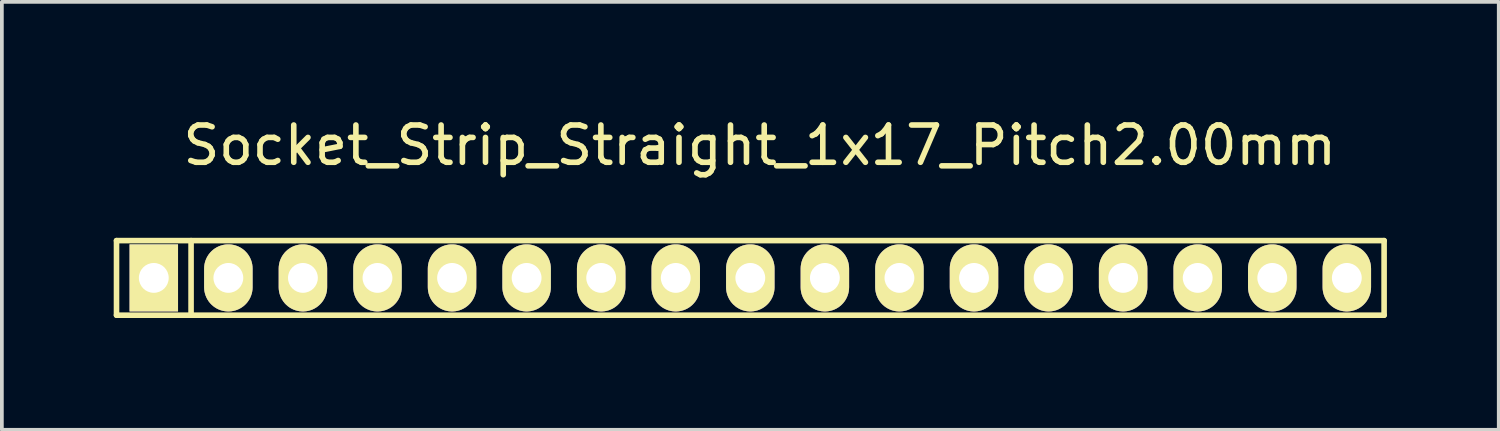
<source format=kicad_pcb>
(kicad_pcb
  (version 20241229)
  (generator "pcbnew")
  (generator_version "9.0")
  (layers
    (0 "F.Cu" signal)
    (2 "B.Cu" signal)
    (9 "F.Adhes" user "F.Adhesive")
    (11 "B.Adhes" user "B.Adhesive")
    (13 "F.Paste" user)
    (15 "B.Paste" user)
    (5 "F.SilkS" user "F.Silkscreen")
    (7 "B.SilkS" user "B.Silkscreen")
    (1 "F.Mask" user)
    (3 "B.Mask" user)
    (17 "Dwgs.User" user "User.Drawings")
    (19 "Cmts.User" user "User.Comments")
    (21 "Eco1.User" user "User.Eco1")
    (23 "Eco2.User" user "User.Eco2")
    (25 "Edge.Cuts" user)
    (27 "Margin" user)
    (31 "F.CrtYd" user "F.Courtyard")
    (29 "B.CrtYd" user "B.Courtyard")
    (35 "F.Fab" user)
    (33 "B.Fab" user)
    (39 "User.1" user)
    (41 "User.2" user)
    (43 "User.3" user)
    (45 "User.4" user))
  (footprint "Socket_Strip_Straight_1x17_Pitch2.00mm"
    (layer "F.Cu")
    (at 17.075 4.404)
    (property "Reference" "Socket_Strip_Straight_1x17_Pitch2.00mm" (at 0.254 -3.556 0) (layer "F.SilkS") (effects (font (size 1 1) (thickness 0.15))))
    (attr through_hole)
    (fp_line (start -17 -1) (end 17 -1) (stroke (width 0.15) (type solid)) (layer "F.SilkS"))
    (fp_line (start -17 1) (end -17 -1) (stroke (width 0.15) (type solid)) (layer "F.SilkS"))
    (fp_line (start -15 -1) (end -15 1) (stroke (width 0.15) (type solid)) (layer "F.SilkS"))
    (fp_line (start 17 -1) (end 17 1) (stroke (width 0.15) (type solid)) (layer "F.SilkS"))
    (fp_line (start 17 1) (end -17 1) (stroke (width 0.15) (type solid)) (layer "F.SilkS"))
    (pad "1" thru_hole rect (at -16 0) (size 1.3 1.8) (drill 0.8) (layers "*.Cu" "*.Mask" "F.SilkS"))
    (pad "2" thru_hole oval (at -14 0) (size 1.3 1.8) (drill 0.8) (layers "*.Cu" "*.Mask" "F.SilkS"))
    (pad "3" thru_hole oval (at -12 0) (size 1.3 1.8) (drill 0.8) (layers "*.Cu" "*.Mask" "F.SilkS"))
    (pad "4" thru_hole oval (at -10 0) (size 1.3 1.8) (drill 0.8) (layers "*.Cu" "*.Mask" "F.SilkS"))
    (pad "5" thru_hole oval (at -8 0) (size 1.3 1.8) (drill 0.8) (layers "*.Cu" "*.Mask" "F.SilkS"))
    (pad "6" thru_hole oval (at -6 0) (size 1.3 1.8) (drill 0.8) (layers "*.Cu" "*.Mask" "F.SilkS"))
    (pad "7" thru_hole oval (at -4 0) (size 1.3 1.8) (drill 0.8) (layers "*.Cu" "*.Mask" "F.SilkS"))
    (pad "8" thru_hole oval (at -2 0) (size 1.3 1.8) (drill 0.8) (layers "*.Cu" "*.Mask" "F.SilkS"))
    (pad "9" thru_hole oval (at 0 0) (size 1.3 1.8) (drill 0.8) (layers "*.Cu" "*.Mask" "F.SilkS"))
    (pad "10" thru_hole oval (at 2 0) (size 1.3 1.8) (drill 0.8) (layers "*.Cu" "*.Mask" "F.SilkS"))
    (pad "11" thru_hole oval (at 4 0) (size 1.3 1.8) (drill 0.8) (layers "*.Cu" "*.Mask" "F.SilkS"))
    (pad "12" thru_hole oval (at 6 0) (size 1.3 1.8) (drill 0.8) (layers "*.Cu" "*.Mask" "F.SilkS"))
    (pad "13" thru_hole oval (at 8 0) (size 1.3 1.8) (drill 0.8) (layers "*.Cu" "*.Mask" "F.SilkS"))
    (pad "14" thru_hole oval (at 10 0) (size 1.3 1.8) (drill 0.8) (layers "*.Cu" "*.Mask" "F.SilkS"))
    (pad "15" thru_hole oval (at 12 0) (size 1.3 1.8) (drill 0.8) (layers "*.Cu" "*.Mask" "F.SilkS"))
    (pad "16" thru_hole oval (at 14 0) (size 1.3 1.8) (drill 0.8) (layers "*.Cu" "*.Mask" "F.SilkS"))
    (pad "17" thru_hole oval (at 16 0) (size 1.3 1.8) (drill 0.8) (layers "*.Cu" "*.Mask" "F.SilkS")))
  (gr_rect
    (start -3 -3)
    (end 37.15 8.479)
    (stroke (width 0.1) (type default))
    (fill no)
    (layer "Edge.Cuts")))
</source>
